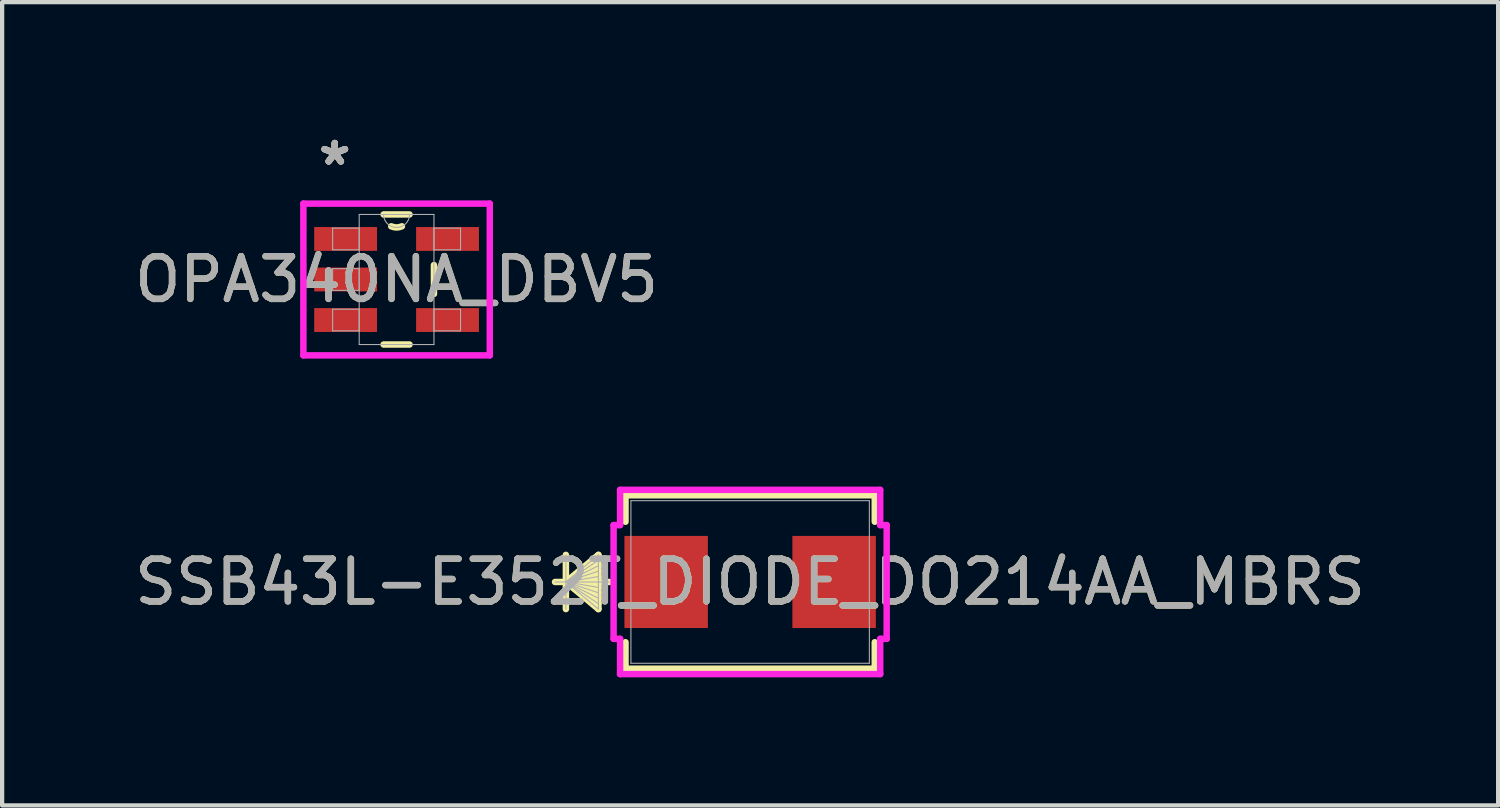
<source format=kicad_pcb>
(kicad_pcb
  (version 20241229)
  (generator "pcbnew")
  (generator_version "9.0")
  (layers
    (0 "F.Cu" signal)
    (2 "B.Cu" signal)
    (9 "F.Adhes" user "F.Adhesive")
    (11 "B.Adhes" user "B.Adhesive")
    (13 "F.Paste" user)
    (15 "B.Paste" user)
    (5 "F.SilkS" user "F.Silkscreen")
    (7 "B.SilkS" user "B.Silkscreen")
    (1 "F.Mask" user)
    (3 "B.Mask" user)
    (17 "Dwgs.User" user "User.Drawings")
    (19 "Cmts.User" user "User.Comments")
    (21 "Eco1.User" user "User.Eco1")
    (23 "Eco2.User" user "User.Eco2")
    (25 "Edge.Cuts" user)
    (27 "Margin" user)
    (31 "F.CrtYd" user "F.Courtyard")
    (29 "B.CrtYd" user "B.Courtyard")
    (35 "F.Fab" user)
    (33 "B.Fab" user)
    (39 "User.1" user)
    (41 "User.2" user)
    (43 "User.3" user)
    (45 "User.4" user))
  (footprint "OPA340NA_DBV5"
    (layer "F.Cu")
    (at 6.244 3.5)
    (property "Reference" "OPA340NA_DBV5" (at 0 0 0) (unlocked yes) (layer "F.SilkS") (effects (font (size 1 1) (thickness 0.15))))
    (attr smd)
    (fp_line (start -0.303 1.524) (end 0.303 1.524) (stroke (width 0.152) (type solid)) (layer "F.SilkS"))
    (fp_line (start 0.303 -1.524) (end -0.303 -1.524) (stroke (width 0.152) (type solid)) (layer "F.SilkS"))
    (fp_line (start 0.876 0.338) (end 0.876 -0.338) (stroke (width 0.152) (type solid)) (layer "F.SilkS"))
    (fp_arc (start 0.124872 -1.245953) (mid 0 -1.2192) (end -0.124872 -1.245953) (stroke (width 0.1524) (type solid)) (layer "F.SilkS"))
    (fp_line (start -2.184 -1.778) (end 2.184 -1.778) (stroke (width 0.152) (type solid)) (layer "F.CrtYd"))
    (fp_line (start -2.184 1.778) (end -2.184 -1.778) (stroke (width 0.152) (type solid)) (layer "F.CrtYd"))
    (fp_line (start 2.184 -1.778) (end 2.184 1.778) (stroke (width 0.152) (type solid)) (layer "F.CrtYd"))
    (fp_line (start 2.184 1.778) (end -2.184 1.778) (stroke (width 0.152) (type solid)) (layer "F.CrtYd"))
    (fp_line (start -1.499 -1.204) (end -1.499 -0.696) (stroke (width 0.025) (type solid)) (layer "F.Fab"))
    (fp_line (start -1.499 -0.696) (end -0.876 -0.696) (stroke (width 0.025) (type solid)) (layer "F.Fab"))
    (fp_line (start -1.499 -0.254) (end -1.499 0.254) (stroke (width 0.025) (type solid)) (layer "F.Fab"))
    (fp_line (start -1.499 0.254) (end -0.876 0.254) (stroke (width 0.025) (type solid)) (layer "F.Fab"))
    (fp_line (start -1.499 0.696) (end -1.499 1.204) (stroke (width 0.025) (type solid)) (layer "F.Fab"))
    (fp_line (start -1.499 1.204) (end -0.876 1.204) (stroke (width 0.025) (type solid)) (layer "F.Fab"))
    (fp_line (start -0.876 -1.524) (end -0.876 1.524) (stroke (width 0.025) (type solid)) (layer "F.Fab"))
    (fp_line (start -0.876 -1.204) (end -1.499 -1.204) (stroke (width 0.025) (type solid)) (layer "F.Fab"))
    (fp_line (start -0.876 -0.696) (end -0.876 -1.204) (stroke (width 0.025) (type solid)) (layer "F.Fab"))
    (fp_line (start -0.876 -0.254) (end -1.499 -0.254) (stroke (width 0.025) (type solid)) (layer "F.Fab"))
    (fp_line (start -0.876 0.254) (end -0.876 -0.254) (stroke (width 0.025) (type solid)) (layer "F.Fab"))
    (fp_line (start -0.876 0.696) (end -1.499 0.696) (stroke (width 0.025) (type solid)) (layer "F.Fab"))
    (fp_line (start -0.876 1.204) (end -0.876 0.696) (stroke (width 0.025) (type solid)) (layer "F.Fab"))
    (fp_line (start -0.876 1.524) (end 0.876 1.524) (stroke (width 0.025) (type solid)) (layer "F.Fab"))
    (fp_line (start 0.876 -1.524) (end -0.876 -1.524) (stroke (width 0.025) (type solid)) (layer "F.Fab"))
    (fp_line (start 0.876 -1.204) (end 0.876 -0.696) (stroke (width 0.025) (type solid)) (layer "F.Fab"))
    (fp_line (start 0.876 -0.696) (end 1.499 -0.696) (stroke (width 0.025) (type solid)) (layer "F.Fab"))
    (fp_line (start 0.876 0.696) (end 0.876 1.204) (stroke (width 0.025) (type solid)) (layer "F.Fab"))
    (fp_line (start 0.876 1.204) (end 1.499 1.204) (stroke (width 0.025) (type solid)) (layer "F.Fab"))
    (fp_line (start 0.876 1.524) (end 0.876 -1.524) (stroke (width 0.025) (type solid)) (layer "F.Fab"))
    (fp_line (start 1.499 -1.204) (end 0.876 -1.204) (stroke (width 0.025) (type solid)) (layer "F.Fab"))
    (fp_line (start 1.499 -0.696) (end 1.499 -1.204) (stroke (width 0.025) (type solid)) (layer "F.Fab"))
    (fp_line (start 1.499 0.696) (end 0.876 0.696) (stroke (width 0.025) (type solid)) (layer "F.Fab"))
    (fp_line (start 1.499 1.204) (end 1.499 0.696) (stroke (width 0.025) (type solid)) (layer "F.Fab"))
    (fp_arc (start 0.3048 -1.524) (mid 0 -1.2192) (end -0.3048 -1.524) (stroke (width 0.0254) (type solid)) (layer "F.Fab"))
    (fp_text user "*" (at -1.448 -2.652 0) (layer "F.SilkS") (effects (font (size 1 1) (thickness 0.15))))
    (fp_text user "*" (at -1.448 -2.652 0) (unlocked yes) (layer "F.SilkS") (effects (font (size 1 1) (thickness 0.15))))
    (fp_text user "${REFERENCE}" (at 0 0 0) (unlocked yes) (layer "F.Fab") (effects (font (size 1 1) (thickness 0.15))))
    (fp_text user "*" (at -1.448 -2.652 0) (layer "F.Fab") (effects (font (size 1 1) (thickness 0.15))))
    (fp_text user "*" (at -1.448 -2.652 0) (unlocked yes) (layer "F.Fab") (effects (font (size 1 1) (thickness 0.15))))
    (pad "1" smd rect (at -1.194 -0.95) (size 1.473 0.559) (layers "F.Cu" "F.Mask" "F.Paste"))
    (pad "2" smd rect (at -1.194 0) (size 1.473 0.559) (layers "F.Cu" "F.Mask" "F.Paste"))
    (pad "3" smd rect (at -1.194 0.95) (size 1.473 0.559) (layers "F.Cu" "F.Mask" "F.Paste"))
    (pad "4" smd rect (at 1.194 0.95) (size 1.473 0.559) (layers "F.Cu" "F.Mask" "F.Paste"))
    (pad "5" smd rect (at 1.194 -0.95) (size 1.473 0.559) (layers "F.Cu" "F.Mask" "F.Paste")))
  (footprint "SSB43L-E352T_DIODE_DO214AA_MBRS"
    (layer "F.Cu")
    (at 14.53 10.589)
    (property "Reference" "SSB43L-E352T_DIODE_DO214AA_MBRS" (at 0 0 0) (unlocked yes) (layer "F.SilkS") (effects (font (size 1 1) (thickness 0.15))))
    (attr smd)
    (fp_line (start -4.318 -0.635) (end -4.318 0.635) (stroke (width 0.152) (type solid)) (layer "F.SilkS"))
    (fp_line (start -4.318 0) (end -3.556 -0.635) (stroke (width 0.152) (type solid)) (layer "F.SilkS"))
    (fp_line (start -4.318 0) (end -3.556 -0.508) (stroke (width 0.152) (type solid)) (layer "F.SilkS"))
    (fp_line (start -4.318 0) (end -3.556 -0.381) (stroke (width 0.152) (type solid)) (layer "F.SilkS"))
    (fp_line (start -4.318 0) (end -3.556 -0.254) (stroke (width 0.152) (type solid)) (layer "F.SilkS"))
    (fp_line (start -4.318 0) (end -3.556 -0.127) (stroke (width 0.152) (type solid)) (layer "F.SilkS"))
    (fp_line (start -4.318 0) (end -3.556 0.127) (stroke (width 0.152) (type solid)) (layer "F.SilkS"))
    (fp_line (start -4.318 0) (end -3.556 0.254) (stroke (width 0.152) (type solid)) (layer "F.SilkS"))
    (fp_line (start -4.318 0) (end -3.556 0.381) (stroke (width 0.152) (type solid)) (layer "F.SilkS"))
    (fp_line (start -4.318 0) (end -3.556 0.508) (stroke (width 0.152) (type solid)) (layer "F.SilkS"))
    (fp_line (start -4.318 0) (end -3.556 0.635) (stroke (width 0.152) (type solid)) (layer "F.SilkS"))
    (fp_line (start -3.556 -0.635) (end -3.556 0.635) (stroke (width 0.152) (type solid)) (layer "F.SilkS"))
    (fp_line (start -3.302 0) (end -4.572 0) (stroke (width 0.152) (type solid)) (layer "F.SilkS"))
    (fp_line (start -2.921 -2.032) (end -2.921 -1.412) (stroke (width 0.152) (type solid)) (layer "F.SilkS"))
    (fp_line (start -2.921 1.412) (end -2.921 2.032) (stroke (width 0.152) (type solid)) (layer "F.SilkS"))
    (fp_line (start -2.921 2.032) (end 2.921 2.032) (stroke (width 0.152) (type solid)) (layer "F.SilkS"))
    (fp_line (start 2.921 -2.032) (end -2.921 -2.032) (stroke (width 0.152) (type solid)) (layer "F.SilkS"))
    (fp_line (start 2.921 -1.412) (end 2.921 -2.032) (stroke (width 0.152) (type solid)) (layer "F.SilkS"))
    (fp_line (start 2.921 2.032) (end 2.921 1.412) (stroke (width 0.152) (type solid)) (layer "F.SilkS"))
    (fp_line (start -3.2 -1.333) (end -3.048 -1.333) (stroke (width 0.152) (type solid)) (layer "F.CrtYd"))
    (fp_line (start -3.2 1.333) (end -3.2 -1.333) (stroke (width 0.152) (type solid)) (layer "F.CrtYd"))
    (fp_line (start -3.048 -2.159) (end 3.048 -2.159) (stroke (width 0.152) (type solid)) (layer "F.CrtYd"))
    (fp_line (start -3.048 -1.333) (end -3.048 -2.159) (stroke (width 0.152) (type solid)) (layer "F.CrtYd"))
    (fp_line (start -3.048 1.333) (end -3.2 1.333) (stroke (width 0.152) (type solid)) (layer "F.CrtYd"))
    (fp_line (start -3.048 2.159) (end -3.048 1.333) (stroke (width 0.152) (type solid)) (layer "F.CrtYd"))
    (fp_line (start 3.048 -2.159) (end 3.048 -1.333) (stroke (width 0.152) (type solid)) (layer "F.CrtYd"))
    (fp_line (start 3.048 -1.333) (end 3.2 -1.333) (stroke (width 0.152) (type solid)) (layer "F.CrtYd"))
    (fp_line (start 3.048 1.333) (end 3.048 2.159) (stroke (width 0.152) (type solid)) (layer "F.CrtYd"))
    (fp_line (start 3.048 2.159) (end -3.048 2.159) (stroke (width 0.152) (type solid)) (layer "F.CrtYd"))
    (fp_line (start 3.2 -1.333) (end 3.2 1.333) (stroke (width 0.152) (type solid)) (layer "F.CrtYd"))
    (fp_line (start 3.2 1.333) (end 3.048 1.333) (stroke (width 0.152) (type solid)) (layer "F.CrtYd"))
    (fp_line (start -4.318 -0.635) (end -4.318 0.635) (stroke (width 0.025) (type solid)) (layer "F.Fab"))
    (fp_line (start -4.318 0) (end -3.556 -0.635) (stroke (width 0.025) (type solid)) (layer "F.Fab"))
    (fp_line (start -4.318 0) (end -3.556 -0.508) (stroke (width 0.025) (type solid)) (layer "F.Fab"))
    (fp_line (start -4.318 0) (end -3.556 -0.381) (stroke (width 0.025) (type solid)) (layer "F.Fab"))
    (fp_line (start -4.318 0) (end -3.556 -0.254) (stroke (width 0.025) (type solid)) (layer "F.Fab"))
    (fp_line (start -4.318 0) (end -3.556 -0.127) (stroke (width 0.025) (type solid)) (layer "F.Fab"))
    (fp_line (start -4.318 0) (end -3.556 0.127) (stroke (width 0.025) (type solid)) (layer "F.Fab"))
    (fp_line (start -4.318 0) (end -3.556 0.254) (stroke (width 0.025) (type solid)) (layer "F.Fab"))
    (fp_line (start -4.318 0) (end -3.556 0.381) (stroke (width 0.025) (type solid)) (layer "F.Fab"))
    (fp_line (start -4.318 0) (end -3.556 0.508) (stroke (width 0.025) (type solid)) (layer "F.Fab"))
    (fp_line (start -4.318 0) (end -3.556 0.635) (stroke (width 0.025) (type solid)) (layer "F.Fab"))
    (fp_line (start -3.556 -0.635) (end -3.556 0.635) (stroke (width 0.025) (type solid)) (layer "F.Fab"))
    (fp_line (start -3.302 0) (end -4.572 0) (stroke (width 0.025) (type solid)) (layer "F.Fab"))
    (fp_line (start -2.794 -1.905) (end -2.794 1.905) (stroke (width 0.025) (type solid)) (layer "F.Fab"))
    (fp_line (start -2.794 1.905) (end 2.794 1.905) (stroke (width 0.025) (type solid)) (layer "F.Fab"))
    (fp_line (start 2.794 -1.905) (end -2.794 -1.905) (stroke (width 0.025) (type solid)) (layer "F.Fab"))
    (fp_line (start 2.794 1.905) (end 2.794 -1.905) (stroke (width 0.025) (type solid)) (layer "F.Fab"))
    (fp_text user "${REFERENCE}" (at 0 0 0) (unlocked yes) (layer "F.Fab") (effects (font (size 1 1) (thickness 0.15))))
    (pad "1" smd rect (at -1.968 0 90) (size 2.159 1.956) (layers "F.Cu" "F.Mask" "F.Paste"))
    (pad "2" smd rect (at 1.968 0 90) (size 2.159 1.956) (layers "F.Cu" "F.Mask" "F.Paste"))
    (zone (net_name "") (layer "F.Cu") (hatch full 0.508) (connect_pads) (min_thickness 0.254) (filled_areas_thickness no) (keepout (tracks not_allowed) (vias not_allowed) (pads allowed) (copperpour not_allowed) (footprints allowed)) (placement (enabled no)) (fill) (polygon (pts (xy 11.787 8.735) (xy 17.273 8.735) (xy 17.273 9.459) (xy 11.787 9.459))))
    (zone (net_name "") (layer "F.Cu") (hatch full 0.508) (connect_pads) (min_thickness 0.254) (filled_areas_thickness no) (keepout (tracks not_allowed) (vias not_allowed) (pads allowed) (copperpour not_allowed) (footprints allowed)) (placement (enabled no)) (fill) (polygon (pts (xy 11.787 11.72) (xy 17.273 11.72) (xy 17.273 12.444) (xy 11.787 12.444))))
    (zone (net_name "") (layer "F.Cu") (hatch full 0.508) (connect_pads) (min_thickness 0.254) (filled_areas_thickness no) (keepout (tracks not_allowed) (vias not_allowed) (pads allowed) (copperpour not_allowed) (footprints allowed)) (placement (enabled no)) (fill) (polygon (pts (xy 13.59 9.459) (xy 15.47 9.459) (xy 15.47 11.72) (xy 13.59 11.72)))))
  (gr_rect
    (start -3 -3)
    (end 32.06 15.825)
    (stroke (width 0.1) (type default))
    (fill no)
    (layer "Edge.Cuts")))
</source>
